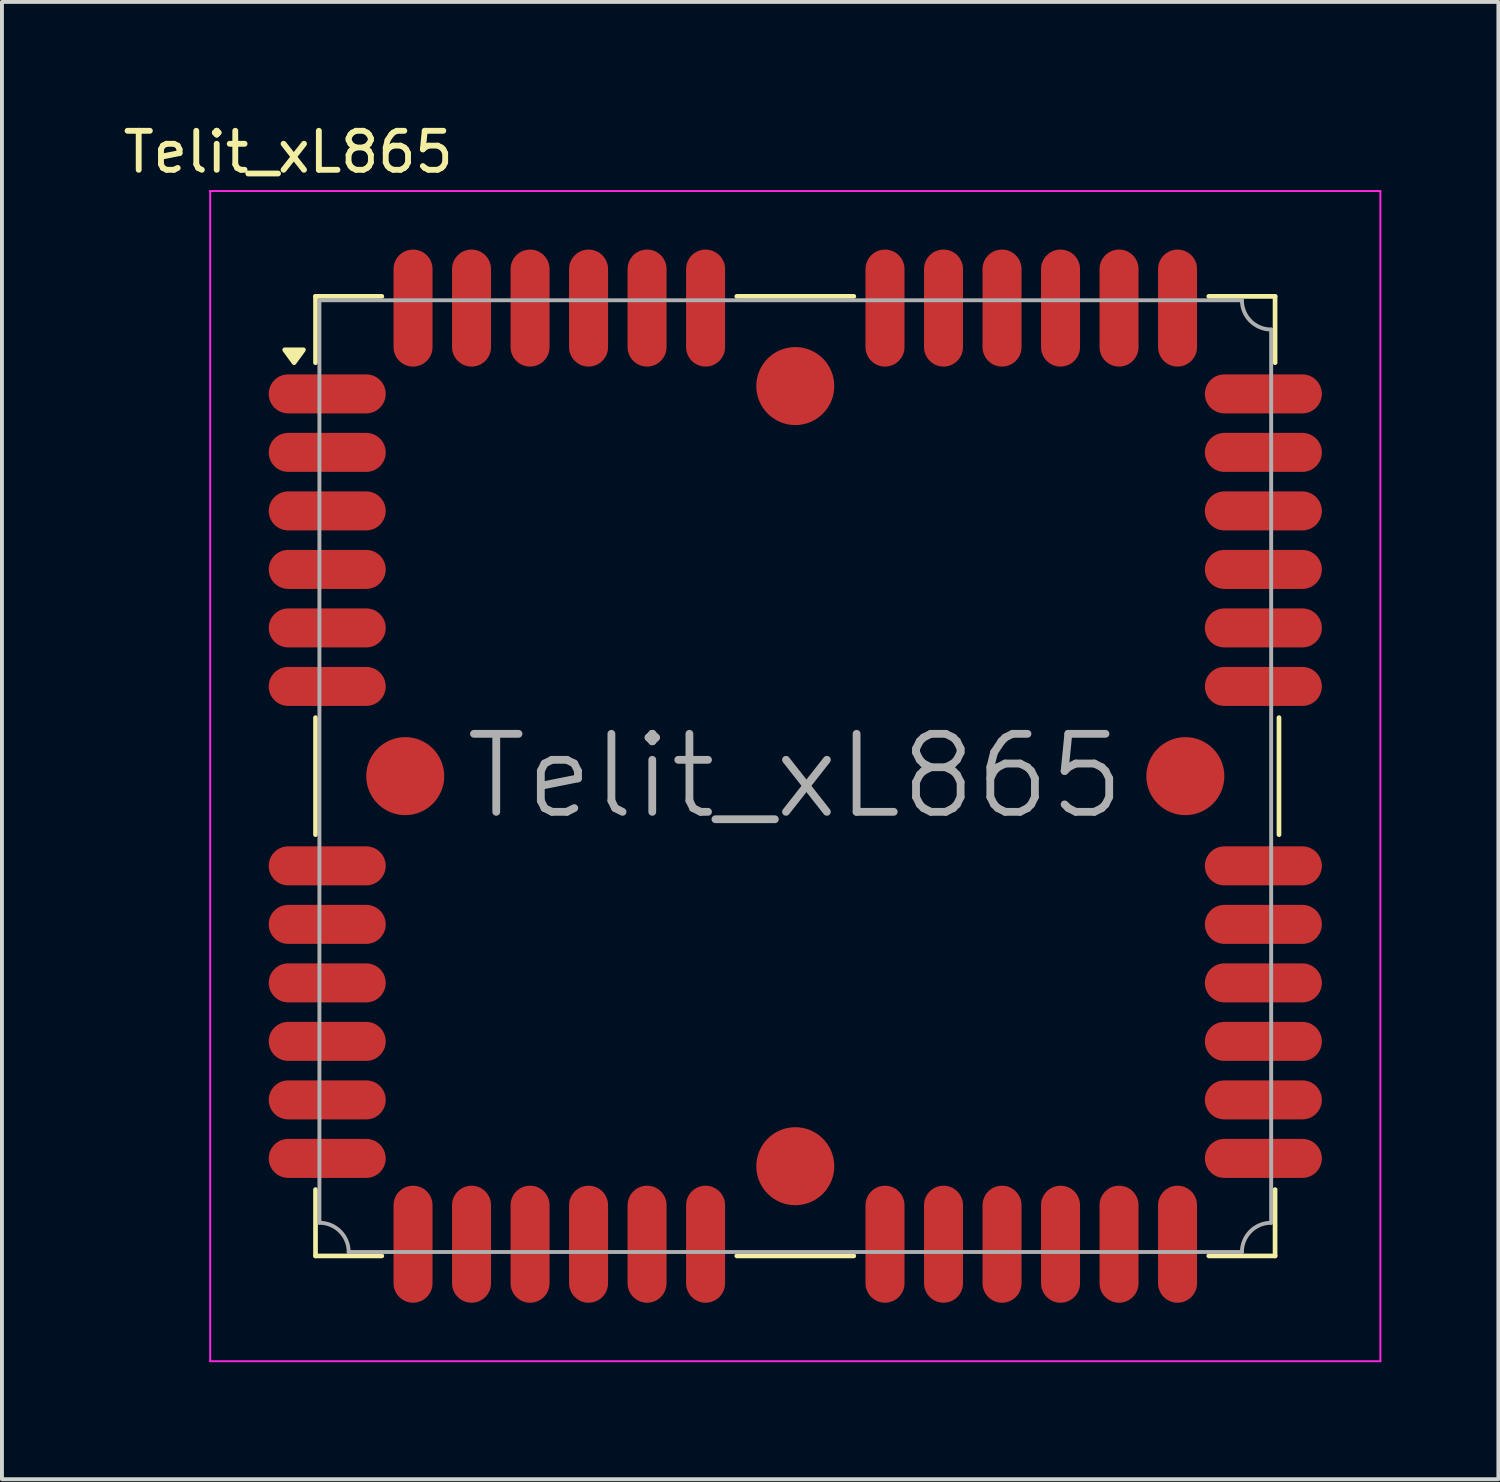
<source format=kicad_pcb>
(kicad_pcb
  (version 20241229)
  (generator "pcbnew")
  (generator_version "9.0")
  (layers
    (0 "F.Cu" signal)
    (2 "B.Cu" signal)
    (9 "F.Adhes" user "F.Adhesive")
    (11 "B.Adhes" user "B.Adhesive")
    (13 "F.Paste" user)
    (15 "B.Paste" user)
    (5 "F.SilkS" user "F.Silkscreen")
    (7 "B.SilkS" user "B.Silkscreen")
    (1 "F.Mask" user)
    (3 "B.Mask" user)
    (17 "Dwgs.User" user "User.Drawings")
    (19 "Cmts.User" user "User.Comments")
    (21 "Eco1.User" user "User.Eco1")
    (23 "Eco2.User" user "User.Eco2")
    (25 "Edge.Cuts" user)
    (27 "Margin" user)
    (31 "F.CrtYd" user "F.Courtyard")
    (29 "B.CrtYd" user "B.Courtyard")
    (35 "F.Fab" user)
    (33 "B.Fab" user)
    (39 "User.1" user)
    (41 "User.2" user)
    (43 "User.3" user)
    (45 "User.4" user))
  (footprint "Telit_xL865"
    (layer "F.Cu")
    (at 17.339 16.848)
    (property "Reference" "Telit_xL865" (at -13 -16 0) (layer "F.SilkS") (effects (font (size 1 1) (thickness 0.15))))
    (attr smd)
    (fp_line (start -12.3 -12.3) (end -12.3 -10.6) (stroke (width 0.12) (type solid)) (layer "F.SilkS"))
    (fp_line (start -12.3 -1.5) (end -12.3 1.5) (stroke (width 0.12) (type solid)) (layer "F.SilkS"))
    (fp_line (start -12.3 12.3) (end -12.3 10.6) (stroke (width 0.12) (type solid)) (layer "F.SilkS"))
    (fp_line (start -10.6 -12.3) (end -12.3 -12.3) (stroke (width 0.12) (type solid)) (layer "F.SilkS"))
    (fp_line (start -10.6 12.3) (end -12.3 12.3) (stroke (width 0.12) (type solid)) (layer "F.SilkS"))
    (fp_line (start -1.5 -12.3) (end 1.5 -12.3) (stroke (width 0.12) (type solid)) (layer "F.SilkS"))
    (fp_line (start 1.5 12.3) (end -1.5 12.3) (stroke (width 0.12) (type solid)) (layer "F.SilkS"))
    (fp_line (start 10.6 -12.3) (end 12.3 -12.3) (stroke (width 0.12) (type solid)) (layer "F.SilkS"))
    (fp_line (start 12.3 -12.3) (end 12.3 -10.6) (stroke (width 0.12) (type solid)) (layer "F.SilkS"))
    (fp_line (start 12.3 10.6) (end 12.3 12.3) (stroke (width 0.12) (type solid)) (layer "F.SilkS"))
    (fp_line (start 12.3 12.3) (end 10.6 12.3) (stroke (width 0.12) (type solid)) (layer "F.SilkS"))
    (fp_line (start 12.4 -1.5) (end 12.4 1.5) (stroke (width 0.12) (type solid)) (layer "F.SilkS"))
    (fp_poly (pts (xy -12.85 -10.6) (xy -13.09 -10.93) (xy -12.61 -10.93) (xy -12.85 -10.6)) (stroke (width 0.12) (type solid)) (fill yes) (layer "F.SilkS"))
    (fp_line (start -15 -15) (end -15 -15) (stroke (width 0.05) (type solid)) (layer "F.CrtYd"))
    (fp_line (start -15 -15) (end 15 -15) (stroke (width 0.05) (type solid)) (layer "F.CrtYd"))
    (fp_line (start -15 15) (end -15 -15) (stroke (width 0.05) (type solid)) (layer "F.CrtYd"))
    (fp_line (start 15 -15) (end 15 15) (stroke (width 0.05) (type solid)) (layer "F.CrtYd"))
    (fp_line (start 15 15) (end -15 15) (stroke (width 0.05) (type solid)) (layer "F.CrtYd"))
    (fp_line (start -12.2 -12.2) (end 11.45 -12.2) (stroke (width 0.1) (type solid)) (layer "F.Fab"))
    (fp_line (start -12.2 11.45) (end -12.2 -12.2) (stroke (width 0.1) (type solid)) (layer "F.Fab"))
    (fp_line (start -11.45 12.2) (end 11.45 12.2) (stroke (width 0.1) (type solid)) (layer "F.Fab"))
    (fp_line (start 12.2 11.45) (end 12.2 -11.45) (stroke (width 0.1) (type solid)) (layer "F.Fab"))
    (fp_arc (start -12.2 11.45) (mid -11.66967 11.66967) (end -11.45 12.2) (stroke (width 0.1) (type solid)) (layer "F.Fab"))
    (fp_arc (start 11.45 12.2) (mid 11.66967 11.66967) (end 12.2 11.45) (stroke (width 0.1) (type solid)) (layer "F.Fab"))
    (fp_arc (start 12.2 -11.45) (mid 11.66967 -11.66967) (end 11.45 -12.2) (stroke (width 0.1) (type solid)) (layer "F.Fab"))
    (fp_text user "${REFERENCE}" (at 0 0 0) (layer "F.Fab") (effects (font (size 2 2) (thickness 0.2))))
    (pad "" smd circle (at -10 0 90) (size 2 2) (layers "F.Cu" "F.Mask" "F.Paste"))
    (pad "" smd circle (at 0 -10 90) (size 2 2) (layers "F.Cu" "F.Mask" "F.Paste"))
    (pad "" smd circle (at 0 10 90) (size 2 2) (layers "F.Cu" "F.Mask" "F.Paste"))
    (pad "" smd circle (at 10 0 90) (size 2 2) (layers "F.Cu" "F.Mask" "F.Paste"))
    (pad "1" smd oval (at -12 -9.8 90) (size 1 3) (layers "F.Cu" "F.Mask" "F.Paste"))
    (pad "2" smd oval (at -12 -8.3 90) (size 1 3) (layers "F.Cu" "F.Mask" "F.Paste"))
    (pad "3" smd oval (at -12 -6.8 90) (size 1 3) (layers "F.Cu" "F.Mask" "F.Paste"))
    (pad "4" smd oval (at -12 -5.3 90) (size 1 3) (layers "F.Cu" "F.Mask" "F.Paste"))
    (pad "5" smd oval (at -12 -3.8 90) (size 1 3) (layers "F.Cu" "F.Mask" "F.Paste"))
    (pad "6" smd oval (at -12 -2.3 90) (size 1 3) (layers "F.Cu" "F.Mask" "F.Paste"))
    (pad "7" smd oval (at -12 2.3 90) (size 1 3) (layers "F.Cu" "F.Mask" "F.Paste"))
    (pad "8" smd oval (at -12 3.8 90) (size 1 3) (layers "F.Cu" "F.Mask" "F.Paste"))
    (pad "9" smd oval (at -12 5.3 90) (size 1 3) (layers "F.Cu" "F.Mask" "F.Paste"))
    (pad "10" smd oval (at -12 6.8 90) (size 1 3) (layers "F.Cu" "F.Mask" "F.Paste"))
    (pad "11" smd oval (at -12 8.3 90) (size 1 3) (layers "F.Cu" "F.Mask" "F.Paste"))
    (pad "12" smd oval (at -12 9.8 90) (size 1 3) (layers "F.Cu" "F.Mask" "F.Paste"))
    (pad "13" smd oval (at -9.8 12) (size 1 3) (layers "F.Cu" "F.Mask" "F.Paste"))
    (pad "14" smd oval (at -8.3 12) (size 1 3) (layers "F.Cu" "F.Mask" "F.Paste"))
    (pad "15" smd oval (at -6.8 12) (size 1 3) (layers "F.Cu" "F.Mask" "F.Paste"))
    (pad "16" smd oval (at -5.3 12) (size 1 3) (layers "F.Cu" "F.Mask" "F.Paste"))
    (pad "17" smd oval (at -3.8 12) (size 1 3) (layers "F.Cu" "F.Mask" "F.Paste"))
    (pad "18" smd oval (at -2.3 12) (size 1 3) (layers "F.Cu" "F.Mask" "F.Paste"))
    (pad "19" smd oval (at 2.3 12) (size 1 3) (layers "F.Cu" "F.Mask" "F.Paste"))
    (pad "20" smd oval (at 3.8 12) (size 1 3) (layers "F.Cu" "F.Mask" "F.Paste"))
    (pad "21" smd oval (at 5.3 12) (size 1 3) (layers "F.Cu" "F.Mask" "F.Paste"))
    (pad "22" smd oval (at 6.8 12) (size 1 3) (layers "F.Cu" "F.Mask" "F.Paste"))
    (pad "23" smd oval (at 8.3 12) (size 1 3) (layers "F.Cu" "F.Mask" "F.Paste"))
    (pad "24" smd oval (at 9.8 12) (size 1 3) (layers "F.Cu" "F.Mask" "F.Paste"))
    (pad "25" smd oval (at 12 9.8 90) (size 1 3) (layers "F.Cu" "F.Mask" "F.Paste"))
    (pad "26" smd oval (at 12 8.3 90) (size 1 3) (layers "F.Cu" "F.Mask" "F.Paste"))
    (pad "27" smd oval (at 12 6.8 90) (size 1 3) (layers "F.Cu" "F.Mask" "F.Paste"))
    (pad "28" smd oval (at 12 5.3 90) (size 1 3) (layers "F.Cu" "F.Mask" "F.Paste"))
    (pad "29" smd oval (at 12 3.8 90) (size 1 3) (layers "F.Cu" "F.Mask" "F.Paste"))
    (pad "30" smd oval (at 12 2.3 90) (size 1 3) (layers "F.Cu" "F.Mask" "F.Paste"))
    (pad "31" smd oval (at 12 -2.3 90) (size 1 3) (layers "F.Cu" "F.Mask" "F.Paste"))
    (pad "32" smd oval (at 12 -3.8 90) (size 1 3) (layers "F.Cu" "F.Mask" "F.Paste"))
    (pad "33" smd oval (at 12 -5.3 90) (size 1 3) (layers "F.Cu" "F.Mask" "F.Paste"))
    (pad "34" smd oval (at 12 -6.8 90) (size 1 3) (layers "F.Cu" "F.Mask" "F.Paste"))
    (pad "35" smd oval (at 12 -8.3 90) (size 1 3) (layers "F.Cu" "F.Mask" "F.Paste"))
    (pad "36" smd oval (at 12 -9.8 90) (size 1 3) (layers "F.Cu" "F.Mask" "F.Paste"))
    (pad "37" smd oval (at 9.8 -12) (size 1 3) (layers "F.Cu" "F.Mask" "F.Paste"))
    (pad "38" smd oval (at 8.3 -12) (size 1 3) (layers "F.Cu" "F.Mask" "F.Paste"))
    (pad "39" smd oval (at 6.8 -12) (size 1 3) (layers "F.Cu" "F.Mask" "F.Paste"))
    (pad "40" smd oval (at 5.3 -12) (size 1 3) (layers "F.Cu" "F.Mask" "F.Paste"))
    (pad "41" smd oval (at 3.8 -12) (size 1 3) (layers "F.Cu" "F.Mask" "F.Paste"))
    (pad "42" smd oval (at 2.3 -12) (size 1 3) (layers "F.Cu" "F.Mask" "F.Paste"))
    (pad "43" smd oval (at -2.3 -12) (size 1 3) (layers "F.Cu" "F.Mask" "F.Paste"))
    (pad "44" smd oval (at -3.8 -12) (size 1 3) (layers "F.Cu" "F.Mask" "F.Paste"))
    (pad "45" smd oval (at -5.3 -12) (size 1 3) (layers "F.Cu" "F.Mask" "F.Paste"))
    (pad "46" smd oval (at -6.8 -12) (size 1 3) (layers "F.Cu" "F.Mask" "F.Paste"))
    (pad "47" smd oval (at -8.3 -12) (size 1 3) (layers "F.Cu" "F.Mask" "F.Paste"))
    (pad "48" smd oval (at -9.8 -12) (size 1 3) (layers "F.Cu" "F.Mask" "F.Paste")))
  (gr_rect
    (start -3 -3)
    (end 35.364 34.873)
    (stroke (width 0.1) (type default))
    (fill no)
    (layer "Edge.Cuts")))
</source>
